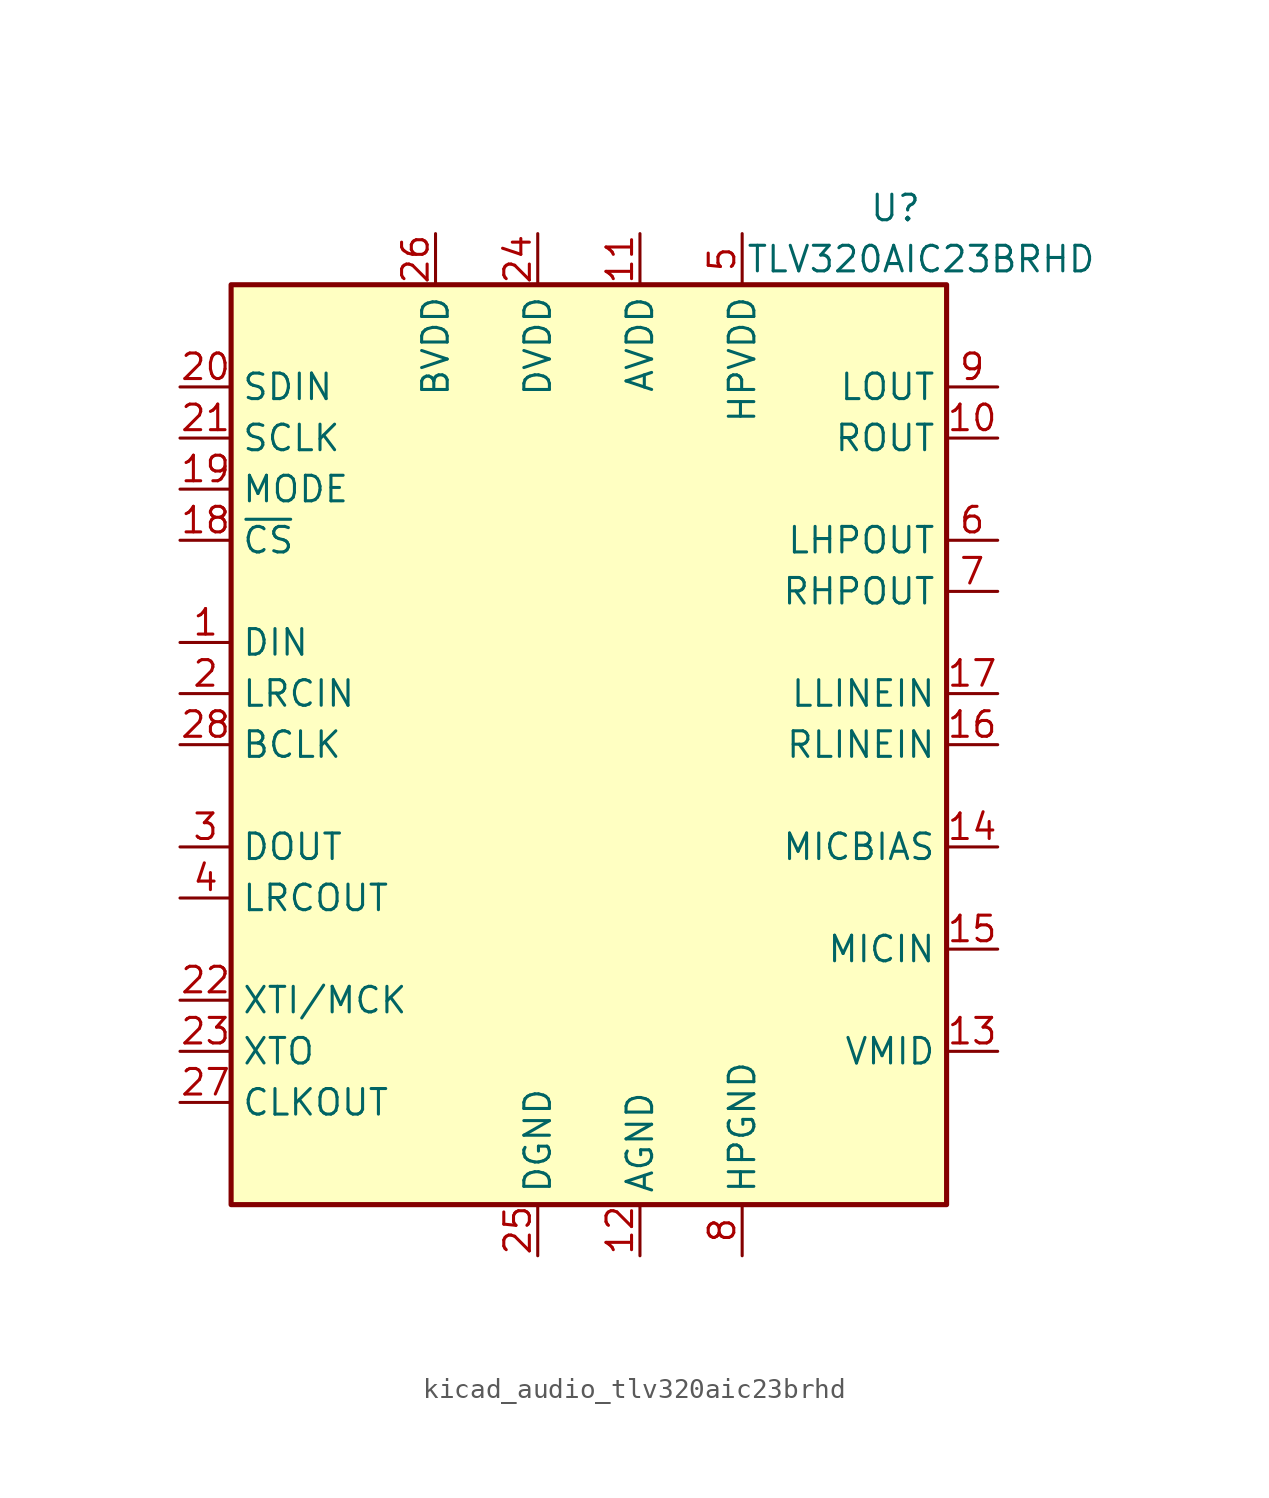
<source format=kicad_sym>
(kicad_symbol_lib
  (version 20220914)
  (generator kicad_symbol_editor)
  (symbol "kicad_audio_tlv320aic23brhd"
    (property "Reference" "U"
      (at 15.24 26.67 0)
      (effects (font (size 1.27 1.27))))
    (property "Value" "TLV320AIC23BRHD"
      (at 16.51 24.13 0)
      (effects (font (size 1.27 1.27))))
    (symbol "kicad_audio_tlv320aic23brhd_0_1"
      (rectangle (start -17.78 22.86) (end 17.78 -22.86) (stroke (width 0.254) (type default)) (fill (type background))))
    (symbol "kicad_audio_tlv320aic23brhd_1_1"
      (pin input line (at -20.32 5.08 0) (length 2.54) (name "DIN" (effects (font (size 1.27 1.27)))) (number "1" (effects (font (size 1.27 1.27)))))
      (pin passive line (at 20.32 15.24 180) (length 2.54) (name "ROUT" (effects (font (size 1.27 1.27)))) (number "10" (effects (font (size 1.27 1.27)))))
      (pin power_in line (at 2.54 25.4 270) (length 2.54) (name "AVDD" (effects (font (size 1.27 1.27)))) (number "11" (effects (font (size 1.27 1.27)))))
      (pin power_in line (at 2.54 -25.4 90) (length 2.54) (name "AGND" (effects (font (size 1.27 1.27)))) (number "12" (effects (font (size 1.27 1.27)))))
      (pin passive line (at 20.32 -15.24 180) (length 2.54) (name "VMID" (effects (font (size 1.27 1.27)))) (number "13" (effects (font (size 1.27 1.27)))))
      (pin passive line (at 20.32 -5.08 180) (length 2.54) (name "MICBIAS" (effects (font (size 1.27 1.27)))) (number "14" (effects (font (size 1.27 1.27)))))
      (pin passive line (at 20.32 -10.16 180) (length 2.54) (name "MICIN" (effects (font (size 1.27 1.27)))) (number "15" (effects (font (size 1.27 1.27)))))
      (pin passive line (at 20.32 0 180) (length 2.54) (name "RLINEIN" (effects (font (size 1.27 1.27)))) (number "16" (effects (font (size 1.27 1.27)))))
      (pin passive line (at 20.32 2.54 180) (length 2.54) (name "LLINEIN" (effects (font (size 1.27 1.27)))) (number "17" (effects (font (size 1.27 1.27)))))
      (pin input line (at -20.32 10.16 0) (length 2.54) (name "~{CS}" (effects (font (size 1.27 1.27)))) (number "18" (effects (font (size 1.27 1.27)))))
      (pin input line (at -20.32 12.7 0) (length 2.54) (name "MODE" (effects (font (size 1.27 1.27)))) (number "19" (effects (font (size 1.27 1.27)))))
      (pin input line (at -20.32 2.54 0) (length 2.54) (name "LRCIN" (effects (font (size 1.27 1.27)))) (number "2" (effects (font (size 1.27 1.27)))))
      (pin input line (at -20.32 17.78 0) (length 2.54) (name "SDIN" (effects (font (size 1.27 1.27)))) (number "20" (effects (font (size 1.27 1.27)))))
      (pin input line (at -20.32 15.24 0) (length 2.54) (name "SCLK" (effects (font (size 1.27 1.27)))) (number "21" (effects (font (size 1.27 1.27)))))
      (pin passive line (at -20.32 -12.7 0) (length 2.54) (name "XTI/MCK" (effects (font (size 1.27 1.27)))) (number "22" (effects (font (size 1.27 1.27)))))
      (pin passive line (at -20.32 -15.24 0) (length 2.54) (name "XTO" (effects (font (size 1.27 1.27)))) (number "23" (effects (font (size 1.27 1.27)))))
      (pin power_in line (at -2.54 25.4 270) (length 2.54) (name "DVDD" (effects (font (size 1.27 1.27)))) (number "24" (effects (font (size 1.27 1.27)))))
      (pin power_in line (at -2.54 -25.4 90) (length 2.54) (name "DGND" (effects (font (size 1.27 1.27)))) (number "25" (effects (font (size 1.27 1.27)))))
      (pin power_in line (at -7.62 25.4 270) (length 2.54) (name "BVDD" (effects (font (size 1.27 1.27)))) (number "26" (effects (font (size 1.27 1.27)))))
      (pin output line (at -20.32 -17.78 0) (length 2.54) (name "CLKOUT" (effects (font (size 1.27 1.27)))) (number "27" (effects (font (size 1.27 1.27)))))
      (pin bidirectional line (at -20.32 0 0) (length 2.54) (name "BCLK" (effects (font (size 1.27 1.27)))) (number "28" (effects (font (size 1.27 1.27)))))
      (pin passive line (at 2.54 -25.4 90) (length 2.54) hide (name "AGND" (effects (font (size 1.27 1.27)))) (number "29" (effects (font (size 1.27 1.27)))))
      (pin output line (at -20.32 -5.08 0) (length 2.54) (name "DOUT" (effects (font (size 1.27 1.27)))) (number "3" (effects (font (size 1.27 1.27)))))
      (pin output line (at -20.32 -7.62 0) (length 2.54) (name "LRCOUT" (effects (font (size 1.27 1.27)))) (number "4" (effects (font (size 1.27 1.27)))))
      (pin power_in line (at 7.62 25.4 270) (length 2.54) (name "HPVDD" (effects (font (size 1.27 1.27)))) (number "5" (effects (font (size 1.27 1.27)))))
      (pin passive line (at 20.32 10.16 180) (length 2.54) (name "LHPOUT" (effects (font (size 1.27 1.27)))) (number "6" (effects (font (size 1.27 1.27)))))
      (pin passive line (at 20.32 7.62 180) (length 2.54) (name "RHPOUT" (effects (font (size 1.27 1.27)))) (number "7" (effects (font (size 1.27 1.27)))))
      (pin power_in line (at 7.62 -25.4 90) (length 2.54) (name "HPGND" (effects (font (size 1.27 1.27)))) (number "8" (effects (font (size 1.27 1.27)))))
      (pin passive line (at 20.32 17.78 180) (length 2.54) (name "LOUT" (effects (font (size 1.27 1.27)))) (number "9" (effects (font (size 1.27 1.27))))))))
</source>
